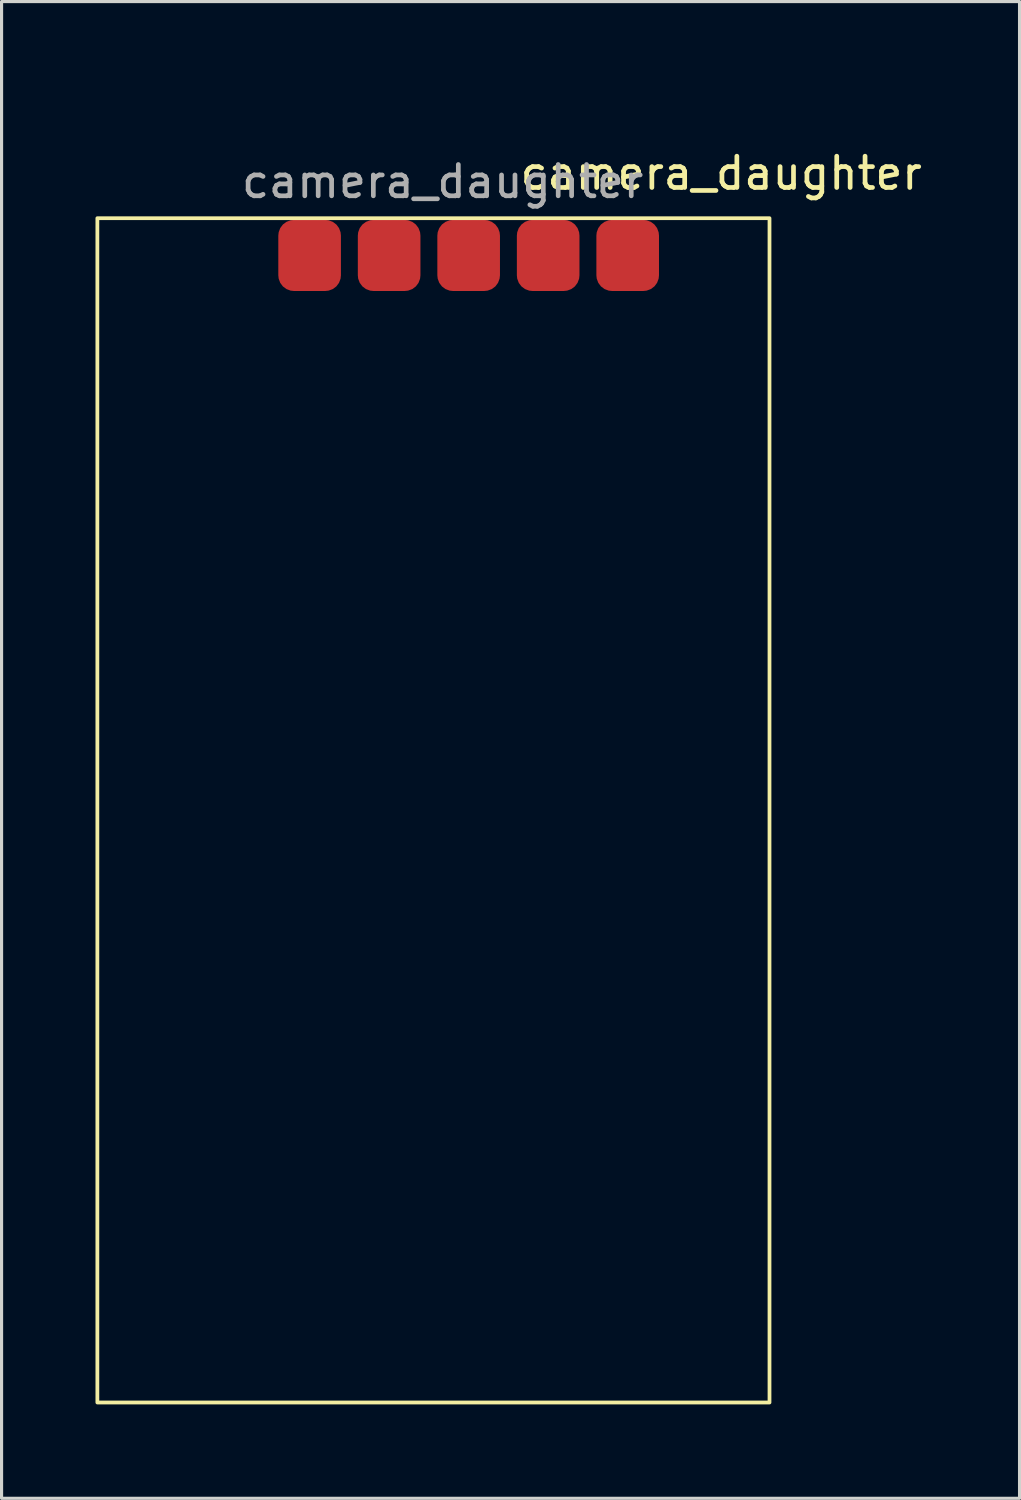
<source format=kicad_pcb>
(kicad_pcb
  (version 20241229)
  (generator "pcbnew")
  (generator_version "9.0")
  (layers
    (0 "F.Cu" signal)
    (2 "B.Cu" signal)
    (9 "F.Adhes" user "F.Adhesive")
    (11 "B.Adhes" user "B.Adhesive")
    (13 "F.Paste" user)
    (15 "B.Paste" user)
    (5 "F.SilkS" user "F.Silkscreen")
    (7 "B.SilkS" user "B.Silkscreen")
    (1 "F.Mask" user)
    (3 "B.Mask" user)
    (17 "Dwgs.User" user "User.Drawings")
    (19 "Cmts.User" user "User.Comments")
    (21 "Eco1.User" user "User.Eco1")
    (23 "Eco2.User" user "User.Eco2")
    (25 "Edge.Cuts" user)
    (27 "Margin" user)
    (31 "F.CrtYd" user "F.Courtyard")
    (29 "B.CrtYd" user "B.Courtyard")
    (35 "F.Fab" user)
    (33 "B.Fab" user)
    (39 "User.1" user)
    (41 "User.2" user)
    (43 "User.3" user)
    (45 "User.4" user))
  (footprint "camera_daughter"
    (layer "F.Cu")
    (at 11.09 0.25)
    (property "Reference" "camera_daughter" (at 8.897 2.234 0) (unlocked yes) (layer "F.SilkS") (effects (font (size 1 1) (thickness 0.15))))
    (attr smd)
    (fp_poly (pts (xy -11.03 3.67) (xy 10.44 3.67) (xy 10.44 41.5) (xy -11.03 41.5)) (stroke (width 0.12) (type default)) (fill no) (layer "F.SilkS"))
    (fp_text user "${REFERENCE}" (at 0 2.5 0) (unlocked yes) (layer "F.Fab") (effects (font (size 1 1) (thickness 0.15))))
    (pad "1" smd roundrect (at -4.25 4.86 90) (size 2.27 2) (layers "F.Cu" "F.Mask" "F.Paste") (roundrect_rratio 0.25))
    (pad "2" smd roundrect (at -1.71 4.86 90) (size 2.27 2) (layers "F.Cu" "F.Mask" "F.Paste") (roundrect_rratio 0.25))
    (pad "3" smd roundrect (at 0.83 4.86 90) (size 2.27 2) (layers "F.Cu" "F.Mask" "F.Paste") (roundrect_rratio 0.25))
    (pad "4" smd roundrect (at 3.37 4.86 90) (size 2.27 2) (layers "F.Cu" "F.Mask" "F.Paste") (roundrect_rratio 0.25))
    (pad "5" smd roundrect (at 5.91 4.86 90) (size 2.27 2) (layers "F.Cu" "F.Mask" "F.Paste") (roundrect_rratio 0.25)))
  (gr_rect
    (start -3 -3)
    (end 29.517 44.81)
    (stroke (width 0.1) (type default))
    (fill no)
    (layer "Edge.Cuts")))
</source>
